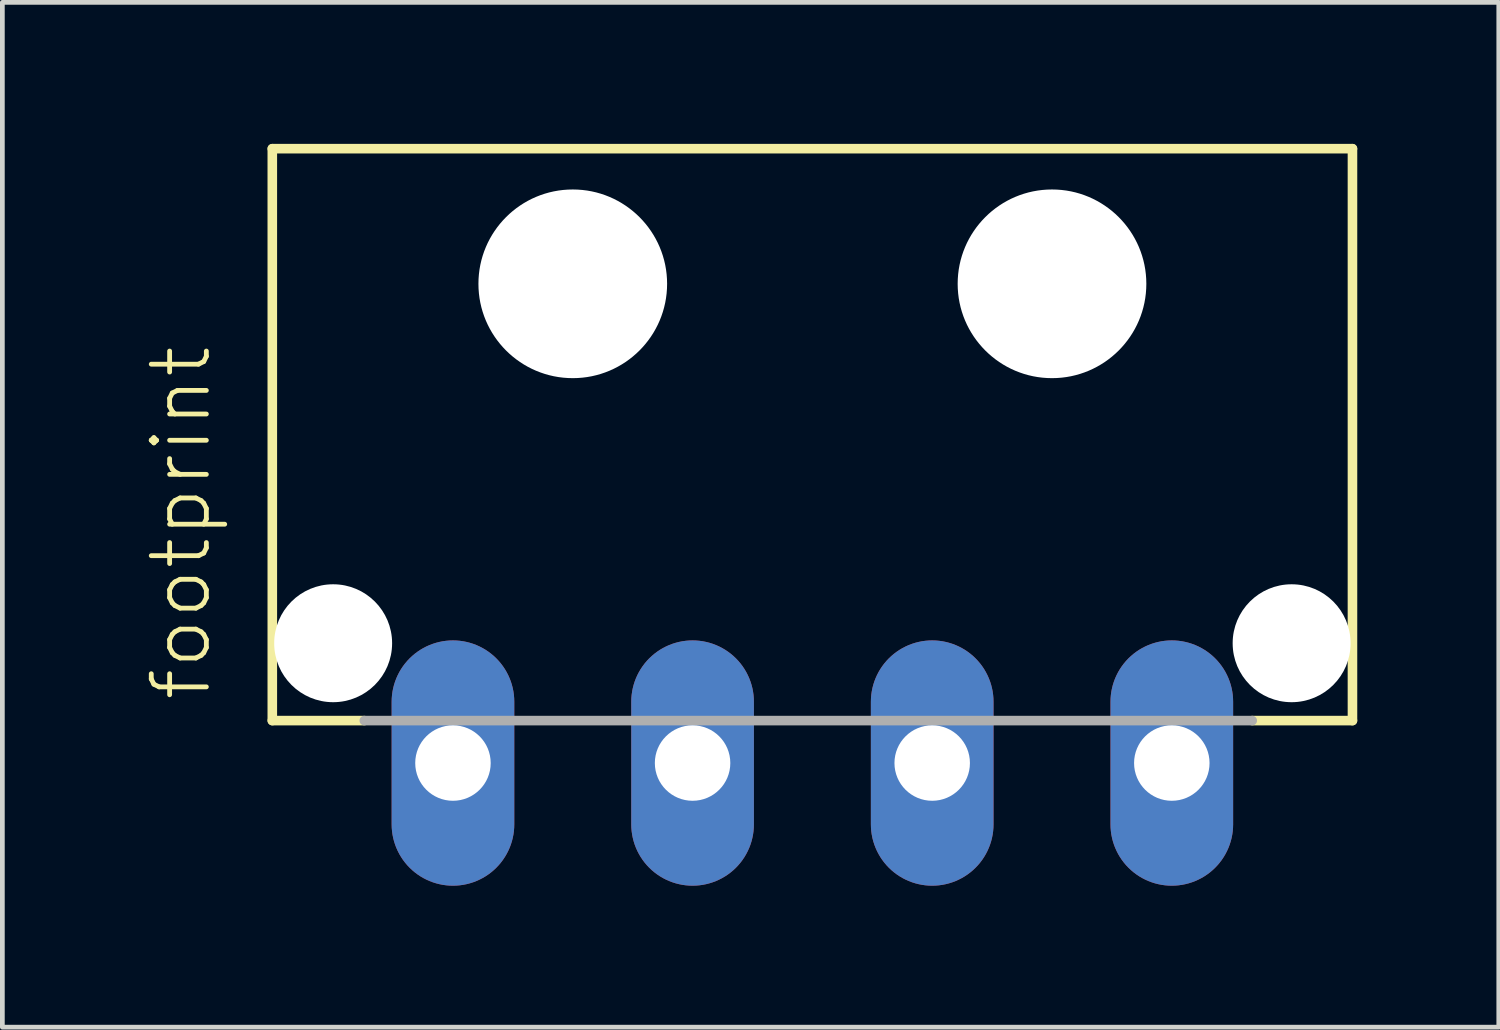
<source format=kicad_pcb>
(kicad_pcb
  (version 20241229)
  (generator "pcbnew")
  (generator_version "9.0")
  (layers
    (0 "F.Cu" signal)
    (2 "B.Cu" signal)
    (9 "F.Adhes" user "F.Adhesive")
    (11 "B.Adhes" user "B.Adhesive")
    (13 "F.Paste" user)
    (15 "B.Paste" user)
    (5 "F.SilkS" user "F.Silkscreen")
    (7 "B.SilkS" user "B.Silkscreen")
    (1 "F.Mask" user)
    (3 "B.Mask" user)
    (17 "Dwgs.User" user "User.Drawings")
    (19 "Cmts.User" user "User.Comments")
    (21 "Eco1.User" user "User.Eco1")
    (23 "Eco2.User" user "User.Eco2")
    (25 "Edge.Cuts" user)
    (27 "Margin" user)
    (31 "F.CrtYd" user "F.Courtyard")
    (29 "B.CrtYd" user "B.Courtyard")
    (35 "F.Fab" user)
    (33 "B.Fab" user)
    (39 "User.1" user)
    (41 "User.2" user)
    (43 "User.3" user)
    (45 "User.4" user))
  (footprint "footprint"
    (layer "F.Cu")
    (at 14.173 6.777)
    (property "Reference" "footprint" (at -12.7 5.08 90) (layer "F.SilkS") (effects (font (size 1.168 1.168) (thickness 0.102)) (justify left bottom)))
    (fp_line (start -11.45 -6.675) (end 11.45 -6.675) (stroke (width 0.203) (type solid)) (layer "F.SilkS"))
    (fp_line (start -11.45 5.45) (end -11.45 -6.675) (stroke (width 0.203) (type solid)) (layer "F.SilkS"))
    (fp_line (start -9.5 5.45) (end -11.45 5.45) (stroke (width 0.203) (type solid)) (layer "F.SilkS"))
    (fp_line (start 11.45 -6.675) (end 11.45 5.45) (stroke (width 0.203) (type solid)) (layer "F.SilkS"))
    (fp_line (start 11.45 5.45) (end 9.325 5.45) (stroke (width 0.203) (type solid)) (layer "F.SilkS"))
    (fp_line (start 9.325 5.45) (end -9.5 5.45) (stroke (width 0.203) (type solid)) (layer "F.Fab"))
    (pad "" np_thru_hole circle (at -10.16 3.81) (size 2.5 2.5) (drill 2.5) (layers "*.Cu" "*.Mask"))
    (pad "" np_thru_hole circle (at -5.08 -3.81) (size 4 4) (drill 4) (layers "*.Cu" "*.Mask"))
    (pad "" np_thru_hole circle (at 5.08 -3.81) (size 4 4) (drill 4) (layers "*.Cu" "*.Mask"))
    (pad "" np_thru_hole circle (at 10.16 3.81) (size 2.5 2.5) (drill 2.5) (layers "*.Cu" "*.Mask"))
    (pad "1" thru_hole oval (at -7.62 6.35 90) (size 5.2 2.6) (drill 1.6) (layers "*.Cu" "*.Mask"))
    (pad "2" thru_hole oval (at -2.54 6.35 90) (size 5.2 2.6) (drill 1.6) (layers "*.Cu" "*.Mask"))
    (pad "3" thru_hole oval (at 2.54 6.35 90) (size 5.2 2.6) (drill 1.6) (layers "*.Cu" "*.Mask"))
    (pad "4" thru_hole oval (at 7.62 6.35 90) (size 5.2 2.6) (drill 1.6) (layers "*.Cu" "*.Mask")))
  (gr_rect
    (start -3 -3)
    (end 28.725 18.727)
    (stroke (width 0.1) (type default))
    (fill no)
    (layer "Edge.Cuts")))
</source>
